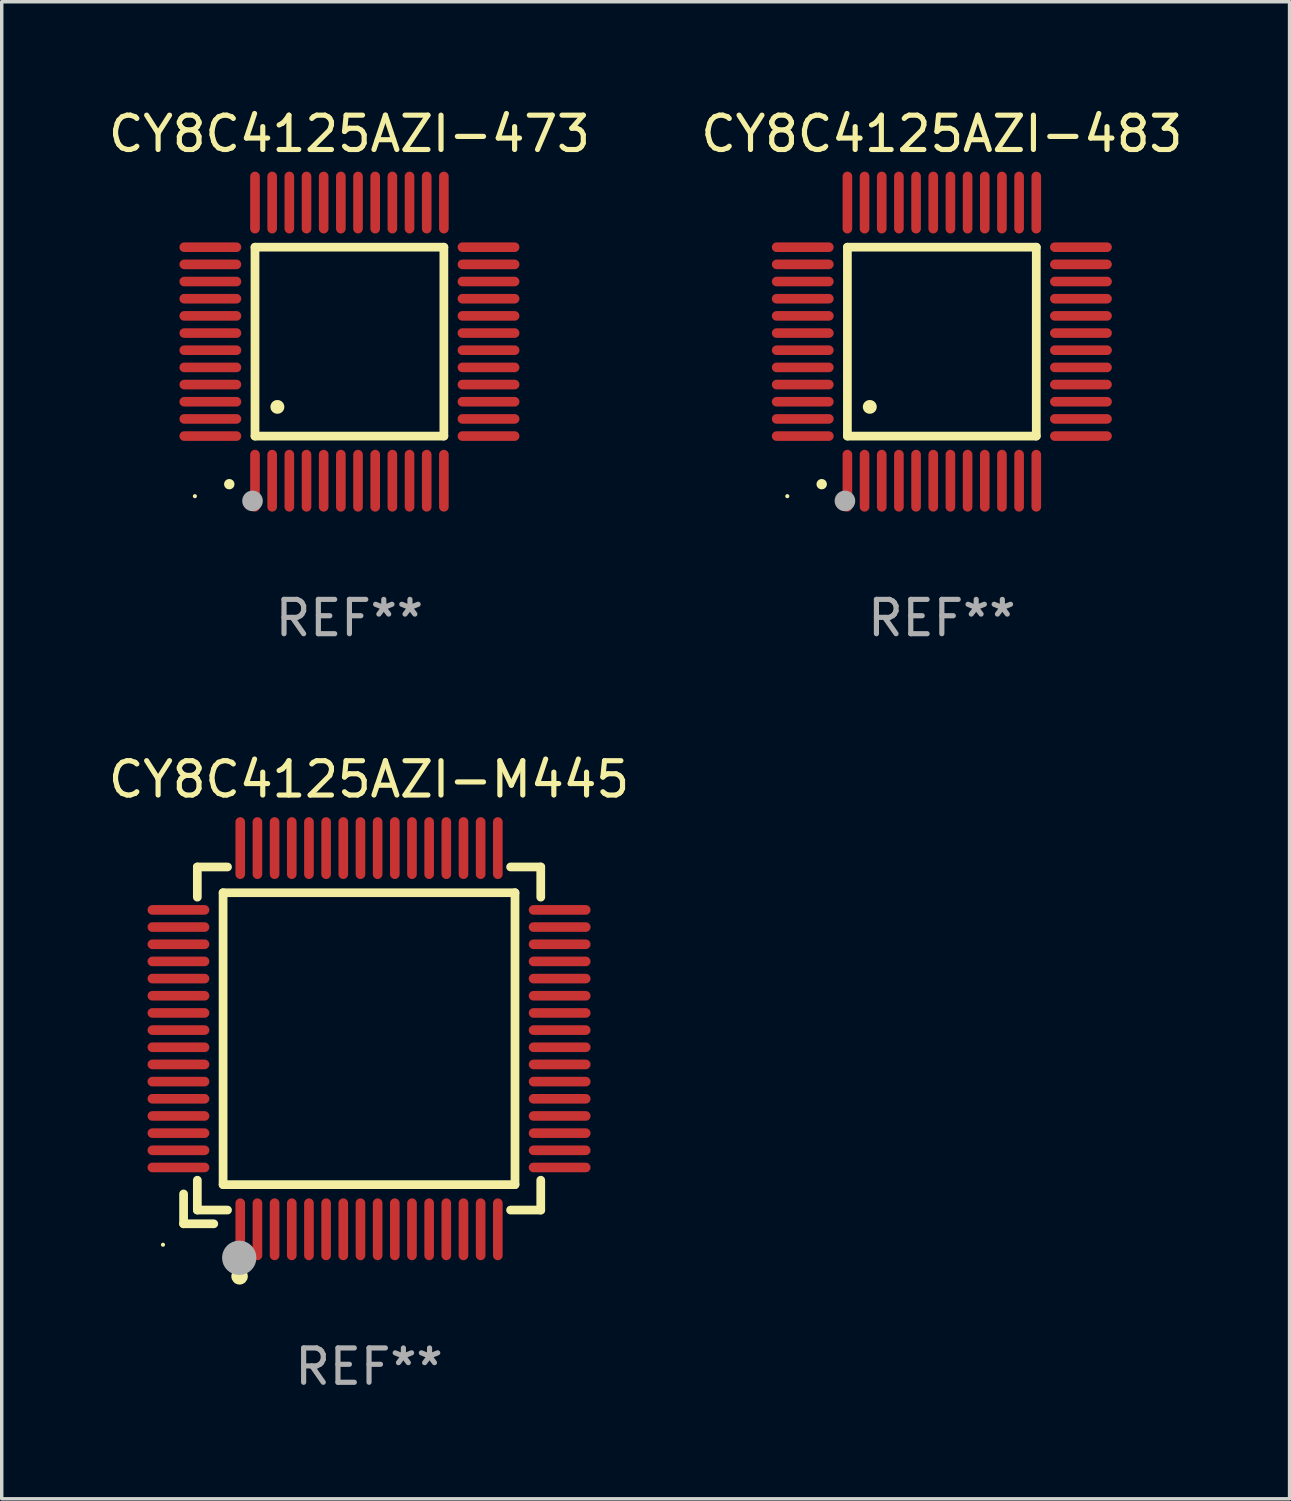
<source format=kicad_pcb>
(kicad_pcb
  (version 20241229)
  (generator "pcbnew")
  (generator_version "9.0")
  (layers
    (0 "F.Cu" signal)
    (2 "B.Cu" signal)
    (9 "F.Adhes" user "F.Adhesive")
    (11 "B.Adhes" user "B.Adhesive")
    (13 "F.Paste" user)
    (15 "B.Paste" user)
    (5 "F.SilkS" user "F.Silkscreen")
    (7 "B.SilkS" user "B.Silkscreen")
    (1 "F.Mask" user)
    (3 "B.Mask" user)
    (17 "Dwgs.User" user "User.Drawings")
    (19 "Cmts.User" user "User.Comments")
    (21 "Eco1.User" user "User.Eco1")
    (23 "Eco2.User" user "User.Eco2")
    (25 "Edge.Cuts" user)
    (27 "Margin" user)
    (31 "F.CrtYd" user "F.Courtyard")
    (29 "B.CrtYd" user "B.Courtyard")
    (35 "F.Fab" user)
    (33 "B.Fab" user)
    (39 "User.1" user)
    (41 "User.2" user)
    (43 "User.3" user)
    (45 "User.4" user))
  (footprint "CY8C4125AZI-473"
    (layer "F.Cu")
    (at 7.125 6.898)
    (property "Reference" "CY8C4125AZI-473" (at 0 -6.05 0) (layer "F.SilkS") (effects (font (size 1 1) (thickness 0.15))))
    (attr through_hole)
    (fp_line (start -2.75 -2.75) (end 2.75 -2.75) (stroke (width 0.254) (type solid)) (layer "F.SilkS"))
    (fp_line (start -2.75 2.75) (end -2.75 -2.75) (stroke (width 0.254) (type solid)) (layer "F.SilkS"))
    (fp_line (start 2.75 -2.75) (end 2.75 2.75) (stroke (width 0.254) (type solid)) (layer "F.SilkS"))
    (fp_line (start 2.75 2.75) (end -2.75 2.75) (stroke (width 0.254) (type solid)) (layer "F.SilkS"))
    (fp_arc (start -3.500127 4.150368) (mid -3.498857 4.150363) (end -3.497587 4.150368) (stroke (width 0.3) (type solid)) (layer "F.SilkS"))
    (fp_arc (start -2.100584 1.899924) (mid -2.098044 1.899908) (end -2.095504 1.899924) (stroke (width 0.4) (type solid)) (layer "F.SilkS"))
    (fp_circle (center -4.5 4.5) (end -4.47 4.5) (stroke (width 0.06) (type solid)) (fill no) (layer "F.SilkS"))
    (fp_circle (center -2.822 4.638) (end -2.672 4.638) (stroke (width 0.3) (type solid)) (fill no) (layer "F.Fab"))
    (fp_text user "REF**" (at 0 8.05 0) (layer "F.Fab") (effects (font (size 1 1) (thickness 0.15))))
    (pad "1" smd oval (at -2.75 4.05) (size 0.28 1.8) (layers "F.Cu" "F.Mask" "F.Paste"))
    (pad "2" smd oval (at -2.25 4.05) (size 0.28 1.8) (layers "F.Cu" "F.Mask" "F.Paste"))
    (pad "3" smd oval (at -1.75 4.05) (size 0.28 1.8) (layers "F.Cu" "F.Mask" "F.Paste"))
    (pad "4" smd oval (at -1.25 4.05) (size 0.28 1.8) (layers "F.Cu" "F.Mask" "F.Paste"))
    (pad "5" smd oval (at -0.75 4.05) (size 0.28 1.8) (layers "F.Cu" "F.Mask" "F.Paste"))
    (pad "6" smd oval (at -0.25 4.05) (size 0.28 1.8) (layers "F.Cu" "F.Mask" "F.Paste"))
    (pad "7" smd oval (at 0.25 4.05) (size 0.28 1.8) (layers "F.Cu" "F.Mask" "F.Paste"))
    (pad "8" smd oval (at 0.75 4.05) (size 0.28 1.8) (layers "F.Cu" "F.Mask" "F.Paste"))
    (pad "9" smd oval (at 1.25 4.05) (size 0.28 1.8) (layers "F.Cu" "F.Mask" "F.Paste"))
    (pad "10" smd oval (at 1.75 4.05) (size 0.28 1.8) (layers "F.Cu" "F.Mask" "F.Paste"))
    (pad "11" smd oval (at 2.25 4.05) (size 0.28 1.8) (layers "F.Cu" "F.Mask" "F.Paste"))
    (pad "12" smd oval (at 2.75 4.05) (size 0.28 1.8) (layers "F.Cu" "F.Mask" "F.Paste"))
    (pad "13" smd oval (at 4.05 2.75) (size 1.8 0.28) (layers "F.Cu" "F.Mask" "F.Paste"))
    (pad "14" smd oval (at 4.05 2.25) (size 1.8 0.28) (layers "F.Cu" "F.Mask" "F.Paste"))
    (pad "15" smd oval (at 4.05 1.75) (size 1.8 0.28) (layers "F.Cu" "F.Mask" "F.Paste"))
    (pad "16" smd oval (at 4.05 1.25) (size 1.8 0.28) (layers "F.Cu" "F.Mask" "F.Paste"))
    (pad "17" smd oval (at 4.05 0.75) (size 1.8 0.28) (layers "F.Cu" "F.Mask" "F.Paste"))
    (pad "18" smd oval (at 4.05 0.25) (size 1.8 0.28) (layers "F.Cu" "F.Mask" "F.Paste"))
    (pad "19" smd oval (at 4.05 -0.25) (size 1.8 0.28) (layers "F.Cu" "F.Mask" "F.Paste"))
    (pad "20" smd oval (at 4.05 -0.75) (size 1.8 0.28) (layers "F.Cu" "F.Mask" "F.Paste"))
    (pad "21" smd oval (at 4.05 -1.25) (size 1.8 0.28) (layers "F.Cu" "F.Mask" "F.Paste"))
    (pad "22" smd oval (at 4.05 -1.75) (size 1.8 0.28) (layers "F.Cu" "F.Mask" "F.Paste"))
    (pad "23" smd oval (at 4.05 -2.25) (size 1.8 0.28) (layers "F.Cu" "F.Mask" "F.Paste"))
    (pad "24" smd oval (at 4.05 -2.75) (size 1.8 0.28) (layers "F.Cu" "F.Mask" "F.Paste"))
    (pad "25" smd oval (at 2.75 -4.05) (size 0.28 1.8) (layers "F.Cu" "F.Mask" "F.Paste"))
    (pad "26" smd oval (at 2.25 -4.05) (size 0.28 1.8) (layers "F.Cu" "F.Mask" "F.Paste"))
    (pad "27" smd oval (at 1.75 -4.05) (size 0.28 1.8) (layers "F.Cu" "F.Mask" "F.Paste"))
    (pad "28" smd oval (at 1.25 -4.05) (size 0.28 1.8) (layers "F.Cu" "F.Mask" "F.Paste"))
    (pad "29" smd oval (at 0.75 -4.05) (size 0.28 1.8) (layers "F.Cu" "F.Mask" "F.Paste"))
    (pad "30" smd oval (at 0.25 -4.05) (size 0.28 1.8) (layers "F.Cu" "F.Mask" "F.Paste"))
    (pad "31" smd oval (at -0.25 -4.05) (size 0.28 1.8) (layers "F.Cu" "F.Mask" "F.Paste"))
    (pad "32" smd oval (at -0.75 -4.05) (size 0.28 1.8) (layers "F.Cu" "F.Mask" "F.Paste"))
    (pad "33" smd oval (at -1.25 -4.05) (size 0.28 1.8) (layers "F.Cu" "F.Mask" "F.Paste"))
    (pad "34" smd oval (at -1.75 -4.05) (size 0.28 1.8) (layers "F.Cu" "F.Mask" "F.Paste"))
    (pad "35" smd oval (at -2.25 -4.05) (size 0.28 1.8) (layers "F.Cu" "F.Mask" "F.Paste"))
    (pad "36" smd oval (at -2.75 -4.05) (size 0.28 1.8) (layers "F.Cu" "F.Mask" "F.Paste"))
    (pad "37" smd oval (at -4.05 -2.75) (size 1.8 0.28) (layers "F.Cu" "F.Mask" "F.Paste"))
    (pad "38" smd oval (at -4.05 -2.25) (size 1.8 0.28) (layers "F.Cu" "F.Mask" "F.Paste"))
    (pad "39" smd oval (at -4.05 -1.75) (size 1.8 0.28) (layers "F.Cu" "F.Mask" "F.Paste"))
    (pad "40" smd oval (at -4.05 -1.25) (size 1.8 0.28) (layers "F.Cu" "F.Mask" "F.Paste"))
    (pad "41" smd oval (at -4.05 -0.75) (size 1.8 0.28) (layers "F.Cu" "F.Mask" "F.Paste"))
    (pad "42" smd oval (at -4.05 -0.25) (size 1.8 0.28) (layers "F.Cu" "F.Mask" "F.Paste"))
    (pad "43" smd oval (at -4.05 0.25) (size 1.8 0.28) (layers "F.Cu" "F.Mask" "F.Paste"))
    (pad "44" smd oval (at -4.05 0.75) (size 1.8 0.28) (layers "F.Cu" "F.Mask" "F.Paste"))
    (pad "45" smd oval (at -4.05 1.25) (size 1.8 0.28) (layers "F.Cu" "F.Mask" "F.Paste"))
    (pad "46" smd oval (at -4.05 1.75) (size 1.8 0.28) (layers "F.Cu" "F.Mask" "F.Paste"))
    (pad "47" smd oval (at -4.05 2.25) (size 1.8 0.28) (layers "F.Cu" "F.Mask" "F.Paste"))
    (pad "48" smd oval (at -4.05 2.75) (size 1.8 0.28) (layers "F.Cu" "F.Mask" "F.Paste")))
  (footprint "CY8C4125AZI-483"
    (layer "F.Cu")
    (at 24.375 6.898)
    (property "Reference" "CY8C4125AZI-483" (at 0 -6.05 0) (layer "F.SilkS") (effects (font (size 1 1) (thickness 0.15))))
    (attr through_hole)
    (fp_line (start -2.75 -2.75) (end 2.75 -2.75) (stroke (width 0.254) (type solid)) (layer "F.SilkS"))
    (fp_line (start -2.75 2.75) (end -2.75 -2.75) (stroke (width 0.254) (type solid)) (layer "F.SilkS"))
    (fp_line (start 2.75 -2.75) (end 2.75 2.75) (stroke (width 0.254) (type solid)) (layer "F.SilkS"))
    (fp_line (start 2.75 2.75) (end -2.75 2.75) (stroke (width 0.254) (type solid)) (layer "F.SilkS"))
    (fp_arc (start -3.500127 4.150368) (mid -3.498857 4.150363) (end -3.497587 4.150368) (stroke (width 0.3) (type solid)) (layer "F.SilkS"))
    (fp_arc (start -2.100584 1.899924) (mid -2.098044 1.899908) (end -2.095504 1.899924) (stroke (width 0.4) (type solid)) (layer "F.SilkS"))
    (fp_circle (center -4.5 4.5) (end -4.47 4.5) (stroke (width 0.06) (type solid)) (fill no) (layer "F.SilkS"))
    (fp_circle (center -2.822 4.638) (end -2.672 4.638) (stroke (width 0.3) (type solid)) (fill no) (layer "F.Fab"))
    (fp_text user "REF**" (at 0 8.05 0) (layer "F.Fab") (effects (font (size 1 1) (thickness 0.15))))
    (pad "1" smd oval (at -2.75 4.05) (size 0.28 1.8) (layers "F.Cu" "F.Mask" "F.Paste"))
    (pad "2" smd oval (at -2.25 4.05) (size 0.28 1.8) (layers "F.Cu" "F.Mask" "F.Paste"))
    (pad "3" smd oval (at -1.75 4.05) (size 0.28 1.8) (layers "F.Cu" "F.Mask" "F.Paste"))
    (pad "4" smd oval (at -1.25 4.05) (size 0.28 1.8) (layers "F.Cu" "F.Mask" "F.Paste"))
    (pad "5" smd oval (at -0.75 4.05) (size 0.28 1.8) (layers "F.Cu" "F.Mask" "F.Paste"))
    (pad "6" smd oval (at -0.25 4.05) (size 0.28 1.8) (layers "F.Cu" "F.Mask" "F.Paste"))
    (pad "7" smd oval (at 0.25 4.05) (size 0.28 1.8) (layers "F.Cu" "F.Mask" "F.Paste"))
    (pad "8" smd oval (at 0.75 4.05) (size 0.28 1.8) (layers "F.Cu" "F.Mask" "F.Paste"))
    (pad "9" smd oval (at 1.25 4.05) (size 0.28 1.8) (layers "F.Cu" "F.Mask" "F.Paste"))
    (pad "10" smd oval (at 1.75 4.05) (size 0.28 1.8) (layers "F.Cu" "F.Mask" "F.Paste"))
    (pad "11" smd oval (at 2.25 4.05) (size 0.28 1.8) (layers "F.Cu" "F.Mask" "F.Paste"))
    (pad "12" smd oval (at 2.75 4.05) (size 0.28 1.8) (layers "F.Cu" "F.Mask" "F.Paste"))
    (pad "13" smd oval (at 4.05 2.75) (size 1.8 0.28) (layers "F.Cu" "F.Mask" "F.Paste"))
    (pad "14" smd oval (at 4.05 2.25) (size 1.8 0.28) (layers "F.Cu" "F.Mask" "F.Paste"))
    (pad "15" smd oval (at 4.05 1.75) (size 1.8 0.28) (layers "F.Cu" "F.Mask" "F.Paste"))
    (pad "16" smd oval (at 4.05 1.25) (size 1.8 0.28) (layers "F.Cu" "F.Mask" "F.Paste"))
    (pad "17" smd oval (at 4.05 0.75) (size 1.8 0.28) (layers "F.Cu" "F.Mask" "F.Paste"))
    (pad "18" smd oval (at 4.05 0.25) (size 1.8 0.28) (layers "F.Cu" "F.Mask" "F.Paste"))
    (pad "19" smd oval (at 4.05 -0.25) (size 1.8 0.28) (layers "F.Cu" "F.Mask" "F.Paste"))
    (pad "20" smd oval (at 4.05 -0.75) (size 1.8 0.28) (layers "F.Cu" "F.Mask" "F.Paste"))
    (pad "21" smd oval (at 4.05 -1.25) (size 1.8 0.28) (layers "F.Cu" "F.Mask" "F.Paste"))
    (pad "22" smd oval (at 4.05 -1.75) (size 1.8 0.28) (layers "F.Cu" "F.Mask" "F.Paste"))
    (pad "23" smd oval (at 4.05 -2.25) (size 1.8 0.28) (layers "F.Cu" "F.Mask" "F.Paste"))
    (pad "24" smd oval (at 4.05 -2.75) (size 1.8 0.28) (layers "F.Cu" "F.Mask" "F.Paste"))
    (pad "25" smd oval (at 2.75 -4.05) (size 0.28 1.8) (layers "F.Cu" "F.Mask" "F.Paste"))
    (pad "26" smd oval (at 2.25 -4.05) (size 0.28 1.8) (layers "F.Cu" "F.Mask" "F.Paste"))
    (pad "27" smd oval (at 1.75 -4.05) (size 0.28 1.8) (layers "F.Cu" "F.Mask" "F.Paste"))
    (pad "28" smd oval (at 1.25 -4.05) (size 0.28 1.8) (layers "F.Cu" "F.Mask" "F.Paste"))
    (pad "29" smd oval (at 0.75 -4.05) (size 0.28 1.8) (layers "F.Cu" "F.Mask" "F.Paste"))
    (pad "30" smd oval (at 0.25 -4.05) (size 0.28 1.8) (layers "F.Cu" "F.Mask" "F.Paste"))
    (pad "31" smd oval (at -0.25 -4.05) (size 0.28 1.8) (layers "F.Cu" "F.Mask" "F.Paste"))
    (pad "32" smd oval (at -0.75 -4.05) (size 0.28 1.8) (layers "F.Cu" "F.Mask" "F.Paste"))
    (pad "33" smd oval (at -1.25 -4.05) (size 0.28 1.8) (layers "F.Cu" "F.Mask" "F.Paste"))
    (pad "34" smd oval (at -1.75 -4.05) (size 0.28 1.8) (layers "F.Cu" "F.Mask" "F.Paste"))
    (pad "35" smd oval (at -2.25 -4.05) (size 0.28 1.8) (layers "F.Cu" "F.Mask" "F.Paste"))
    (pad "36" smd oval (at -2.75 -4.05) (size 0.28 1.8) (layers "F.Cu" "F.Mask" "F.Paste"))
    (pad "37" smd oval (at -4.05 -2.75) (size 1.8 0.28) (layers "F.Cu" "F.Mask" "F.Paste"))
    (pad "38" smd oval (at -4.05 -2.25) (size 1.8 0.28) (layers "F.Cu" "F.Mask" "F.Paste"))
    (pad "39" smd oval (at -4.05 -1.75) (size 1.8 0.28) (layers "F.Cu" "F.Mask" "F.Paste"))
    (pad "40" smd oval (at -4.05 -1.25) (size 1.8 0.28) (layers "F.Cu" "F.Mask" "F.Paste"))
    (pad "41" smd oval (at -4.05 -0.75) (size 1.8 0.28) (layers "F.Cu" "F.Mask" "F.Paste"))
    (pad "42" smd oval (at -4.05 -0.25) (size 1.8 0.28) (layers "F.Cu" "F.Mask" "F.Paste"))
    (pad "43" smd oval (at -4.05 0.25) (size 1.8 0.28) (layers "F.Cu" "F.Mask" "F.Paste"))
    (pad "44" smd oval (at -4.05 0.75) (size 1.8 0.28) (layers "F.Cu" "F.Mask" "F.Paste"))
    (pad "45" smd oval (at -4.05 1.25) (size 1.8 0.28) (layers "F.Cu" "F.Mask" "F.Paste"))
    (pad "46" smd oval (at -4.05 1.75) (size 1.8 0.28) (layers "F.Cu" "F.Mask" "F.Paste"))
    (pad "47" smd oval (at -4.05 2.25) (size 1.8 0.28) (layers "F.Cu" "F.Mask" "F.Paste"))
    (pad "48" smd oval (at -4.05 2.75) (size 1.8 0.28) (layers "F.Cu" "F.Mask" "F.Paste")))
  (footprint "CY8C4125AZI-M445"
    (layer "F.Cu")
    (at 7.696 27.195)
    (property "Reference" "CY8C4125AZI-M445" (at 0 -7.55 0) (layer "F.SilkS") (effects (font (size 1 1) (thickness 0.15))))
    (attr through_hole)
    (fp_line (start -5.4 4.521) (end -5.4 5.39) (stroke (width 0.254) (type solid)) (layer "F.SilkS"))
    (fp_line (start -5.4 5.39) (end -4.521 5.39) (stroke (width 0.254) (type solid)) (layer "F.SilkS"))
    (fp_line (start -5 -5) (end -5 -4.121) (stroke (width 0.254) (type solid)) (layer "F.SilkS"))
    (fp_line (start -5 4.121) (end -5 4.99) (stroke (width 0.254) (type solid)) (layer "F.SilkS"))
    (fp_line (start -5 4.99) (end -4.121 4.99) (stroke (width 0.254) (type solid)) (layer "F.SilkS"))
    (fp_line (start -4.25 -4.25) (end -4.25 4.25) (stroke (width 0.254) (type solid)) (layer "F.SilkS"))
    (fp_line (start -4.25 4.25) (end 4.25 4.25) (stroke (width 0.254) (type solid)) (layer "F.SilkS"))
    (fp_line (start -4.121 -5) (end -5 -5) (stroke (width 0.254) (type solid)) (layer "F.SilkS"))
    (fp_line (start 4.121 4.99) (end 5 4.99) (stroke (width 0.254) (type solid)) (layer "F.SilkS"))
    (fp_line (start 4.25 -4.25) (end -4.25 -4.25) (stroke (width 0.254) (type solid)) (layer "F.SilkS"))
    (fp_line (start 4.25 4.25) (end 4.25 -4.25) (stroke (width 0.254) (type solid)) (layer "F.SilkS"))
    (fp_line (start 5 -5) (end 4.121 -5) (stroke (width 0.254) (type solid)) (layer "F.SilkS"))
    (fp_line (start 5 -4.121) (end 5 -5) (stroke (width 0.254) (type solid)) (layer "F.SilkS"))
    (fp_line (start 5 4.99) (end 5 4.121) (stroke (width 0.254) (type solid)) (layer "F.SilkS"))
    (fp_circle (center -6 6) (end -5.97 6) (stroke (width 0.06) (type solid)) (fill no) (layer "F.SilkS"))
    (fp_circle (center -3.77 6.92) (end -3.65 6.92) (stroke (width 0.24) (type solid)) (fill no) (layer "F.SilkS"))
    (fp_circle (center -3.78 6.38) (end -3.53 6.38) (stroke (width 0.5) (type solid)) (fill no) (layer "F.Fab"))
    (fp_text user "REF**" (at 0 9.55 0) (layer "F.Fab") (effects (font (size 1 1) (thickness 0.15))))
    (pad "1" smd oval (at -3.75 5.55) (size 0.28 1.8) (layers "F.Cu" "F.Mask" "F.Paste"))
    (pad "2" smd oval (at -3.25 5.55) (size 0.28 1.8) (layers "F.Cu" "F.Mask" "F.Paste"))
    (pad "3" smd oval (at -2.75 5.55) (size 0.28 1.8) (layers "F.Cu" "F.Mask" "F.Paste"))
    (pad "4" smd oval (at -2.25 5.55) (size 0.28 1.8) (layers "F.Cu" "F.Mask" "F.Paste"))
    (pad "5" smd oval (at -1.75 5.55) (size 0.28 1.8) (layers "F.Cu" "F.Mask" "F.Paste"))
    (pad "6" smd oval (at -1.25 5.55) (size 0.28 1.8) (layers "F.Cu" "F.Mask" "F.Paste"))
    (pad "7" smd oval (at -0.75 5.55) (size 0.28 1.8) (layers "F.Cu" "F.Mask" "F.Paste"))
    (pad "8" smd oval (at -0.25 5.55) (size 0.28 1.8) (layers "F.Cu" "F.Mask" "F.Paste"))
    (pad "9" smd oval (at 0.25 5.55) (size 0.28 1.8) (layers "F.Cu" "F.Mask" "F.Paste"))
    (pad "10" smd oval (at 0.75 5.55) (size 0.28 1.8) (layers "F.Cu" "F.Mask" "F.Paste"))
    (pad "11" smd oval (at 1.25 5.55) (size 0.28 1.8) (layers "F.Cu" "F.Mask" "F.Paste"))
    (pad "12" smd oval (at 1.75 5.55) (size 0.28 1.8) (layers "F.Cu" "F.Mask" "F.Paste"))
    (pad "13" smd oval (at 2.25 5.55) (size 0.28 1.8) (layers "F.Cu" "F.Mask" "F.Paste"))
    (pad "14" smd oval (at 2.75 5.55) (size 0.28 1.8) (layers "F.Cu" "F.Mask" "F.Paste"))
    (pad "15" smd oval (at 3.25 5.55) (size 0.28 1.8) (layers "F.Cu" "F.Mask" "F.Paste"))
    (pad "16" smd oval (at 3.75 5.55) (size 0.28 1.8) (layers "F.Cu" "F.Mask" "F.Paste"))
    (pad "17" smd oval (at 5.55 3.75) (size 1.8 0.28) (layers "F.Cu" "F.Mask" "F.Paste"))
    (pad "18" smd oval (at 5.55 3.25) (size 1.8 0.28) (layers "F.Cu" "F.Mask" "F.Paste"))
    (pad "19" smd oval (at 5.55 2.75) (size 1.8 0.28) (layers "F.Cu" "F.Mask" "F.Paste"))
    (pad "20" smd oval (at 5.55 2.25) (size 1.8 0.28) (layers "F.Cu" "F.Mask" "F.Paste"))
    (pad "21" smd oval (at 5.55 1.75) (size 1.8 0.28) (layers "F.Cu" "F.Mask" "F.Paste"))
    (pad "22" smd oval (at 5.55 1.25) (size 1.8 0.28) (layers "F.Cu" "F.Mask" "F.Paste"))
    (pad "23" smd oval (at 5.55 0.75) (size 1.8 0.28) (layers "F.Cu" "F.Mask" "F.Paste"))
    (pad "24" smd oval (at 5.55 0.25) (size 1.8 0.28) (layers "F.Cu" "F.Mask" "F.Paste"))
    (pad "25" smd oval (at 5.55 -0.25) (size 1.8 0.28) (layers "F.Cu" "F.Mask" "F.Paste"))
    (pad "26" smd oval (at 5.55 -0.75) (size 1.8 0.28) (layers "F.Cu" "F.Mask" "F.Paste"))
    (pad "27" smd oval (at 5.55 -1.25) (size 1.8 0.28) (layers "F.Cu" "F.Mask" "F.Paste"))
    (pad "28" smd oval (at 5.55 -1.75) (size 1.8 0.28) (layers "F.Cu" "F.Mask" "F.Paste"))
    (pad "29" smd oval (at 5.55 -2.25) (size 1.8 0.28) (layers "F.Cu" "F.Mask" "F.Paste"))
    (pad "30" smd oval (at 5.55 -2.75) (size 1.8 0.28) (layers "F.Cu" "F.Mask" "F.Paste"))
    (pad "31" smd oval (at 5.55 -3.25) (size 1.8 0.28) (layers "F.Cu" "F.Mask" "F.Paste"))
    (pad "32" smd oval (at 5.55 -3.75) (size 1.8 0.28) (layers "F.Cu" "F.Mask" "F.Paste"))
    (pad "33" smd oval (at 3.75 -5.55) (size 0.28 1.8) (layers "F.Cu" "F.Mask" "F.Paste"))
    (pad "34" smd oval (at 3.25 -5.55) (size 0.28 1.8) (layers "F.Cu" "F.Mask" "F.Paste"))
    (pad "35" smd oval (at 2.75 -5.55) (size 0.28 1.8) (layers "F.Cu" "F.Mask" "F.Paste"))
    (pad "36" smd oval (at 2.25 -5.55) (size 0.28 1.8) (layers "F.Cu" "F.Mask" "F.Paste"))
    (pad "37" smd oval (at 1.75 -5.55) (size 0.28 1.8) (layers "F.Cu" "F.Mask" "F.Paste"))
    (pad "38" smd oval (at 1.25 -5.55) (size 0.28 1.8) (layers "F.Cu" "F.Mask" "F.Paste"))
    (pad "39" smd oval (at 0.75 -5.55) (size 0.28 1.8) (layers "F.Cu" "F.Mask" "F.Paste"))
    (pad "40" smd oval (at 0.25 -5.55) (size 0.28 1.8) (layers "F.Cu" "F.Mask" "F.Paste"))
    (pad "41" smd oval (at -0.25 -5.55) (size 0.28 1.8) (layers "F.Cu" "F.Mask" "F.Paste"))
    (pad "42" smd oval (at -0.75 -5.55) (size 0.28 1.8) (layers "F.Cu" "F.Mask" "F.Paste"))
    (pad "43" smd oval (at -1.25 -5.55) (size 0.28 1.8) (layers "F.Cu" "F.Mask" "F.Paste"))
    (pad "44" smd oval (at -1.75 -5.55) (size 0.28 1.8) (layers "F.Cu" "F.Mask" "F.Paste"))
    (pad "45" smd oval (at -2.25 -5.55) (size 0.28 1.8) (layers "F.Cu" "F.Mask" "F.Paste"))
    (pad "46" smd oval (at -2.75 -5.55) (size 0.28 1.8) (layers "F.Cu" "F.Mask" "F.Paste"))
    (pad "47" smd oval (at -3.25 -5.55) (size 0.28 1.8) (layers "F.Cu" "F.Mask" "F.Paste"))
    (pad "48" smd oval (at -3.75 -5.55) (size 0.28 1.8) (layers "F.Cu" "F.Mask" "F.Paste"))
    (pad "49" smd oval (at -5.55 -3.75) (size 1.8 0.28) (layers "F.Cu" "F.Mask" "F.Paste"))
    (pad "50" smd oval (at -5.55 -3.25) (size 1.8 0.28) (layers "F.Cu" "F.Mask" "F.Paste"))
    (pad "51" smd oval (at -5.55 -2.75) (size 1.8 0.28) (layers "F.Cu" "F.Mask" "F.Paste"))
    (pad "52" smd oval (at -5.55 -2.25) (size 1.8 0.28) (layers "F.Cu" "F.Mask" "F.Paste"))
    (pad "53" smd oval (at -5.55 -1.75) (size 1.8 0.28) (layers "F.Cu" "F.Mask" "F.Paste"))
    (pad "54" smd oval (at -5.55 -1.25) (size 1.8 0.28) (layers "F.Cu" "F.Mask" "F.Paste"))
    (pad "55" smd oval (at -5.55 -0.75) (size 1.8 0.28) (layers "F.Cu" "F.Mask" "F.Paste"))
    (pad "56" smd oval (at -5.55 -0.25) (size 1.8 0.28) (layers "F.Cu" "F.Mask" "F.Paste"))
    (pad "57" smd oval (at -5.55 0.25) (size 1.8 0.28) (layers "F.Cu" "F.Mask" "F.Paste"))
    (pad "58" smd oval (at -5.55 0.75) (size 1.8 0.28) (layers "F.Cu" "F.Mask" "F.Paste"))
    (pad "59" smd oval (at -5.55 1.25) (size 1.8 0.28) (layers "F.Cu" "F.Mask" "F.Paste"))
    (pad "60" smd oval (at -5.55 1.75) (size 1.8 0.28) (layers "F.Cu" "F.Mask" "F.Paste"))
    (pad "61" smd oval (at -5.55 2.25) (size 1.8 0.28) (layers "F.Cu" "F.Mask" "F.Paste"))
    (pad "62" smd oval (at -5.55 2.75) (size 1.8 0.28) (layers "F.Cu" "F.Mask" "F.Paste"))
    (pad "63" smd oval (at -5.55 3.25) (size 1.8 0.28) (layers "F.Cu" "F.Mask" "F.Paste"))
    (pad "64" smd oval (at -5.55 3.75) (size 1.8 0.28) (layers "F.Cu" "F.Mask" "F.Paste")))
  (gr_rect
    (start -3 -3)
    (end 34.5 40.593)
    (stroke (width 0.1) (type default))
    (fill no)
    (layer "Edge.Cuts")))
</source>
